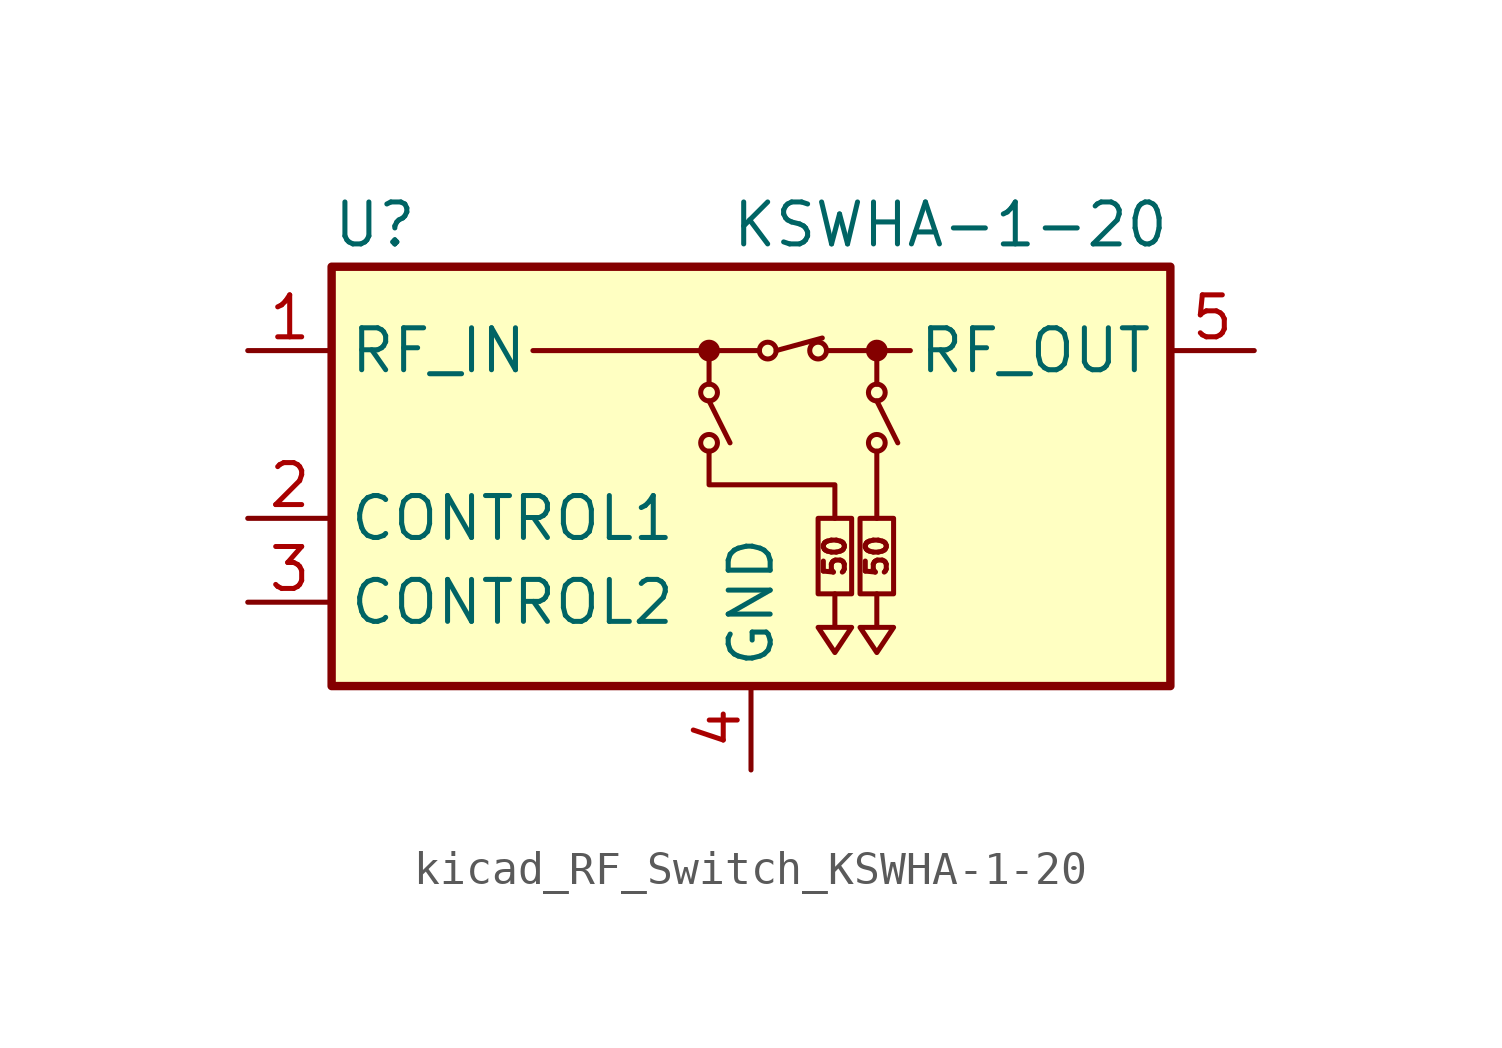
<source format=kicad_sym>
(kicad_symbol_lib
  (version 20220914)
  (generator kicad_symbol_editor)
  (symbol "kicad_RF_Switch_KSWHA-1-20"
    (property "Reference" "U"
      (at -12.7 6.35 0)
      (effects (font (size 1.27 1.27)) (justify left)))
    (property "Value" "KSWHA-1-20"
      (at 12.7 6.35 0)
      (effects (font (size 1.27 1.27)) (justify right)))
    (symbol "kicad_RF_Switch_KSWHA-1-20_0_1"
      (rectangle (start -12.7 5.08) (end 12.7 -7.62) (stroke (width 0.254) (type default)) (fill (type background)))
      (polyline (pts (xy -1.27 -0.508) (xy -1.27 -1.524) (xy 2.54 -1.524) (xy 2.54 -2.54)) (stroke (width 0) (type default)) (fill (type none))))
    (symbol "kicad_RF_Switch_KSWHA-1-20_1_0"
      (text "50" (at 2.54 -3.683 900) (effects (font (size 0.635 0.635))))
      (text "50" (at 3.81 -3.683 900) (effects (font (size 0.635 0.635)))))
    (symbol "kicad_RF_Switch_KSWHA-1-20_1_1"
      (circle (center -1.27 -0.254) (radius 0.254) (stroke (width 0) (type default)) (fill (type none)))
      (circle (center -1.27 1.27) (radius 0.254) (stroke (width 0) (type default)) (fill (type none)))
      (circle (center -1.27 2.54) (radius 0.254) (stroke (width 0) (type default)) (fill (type outline)))
      (polyline (pts (xy -6.604 2.54) (xy 0.254 2.54)) (stroke (width 0) (type default)) (fill (type none)))
      (polyline (pts (xy -1.27 1.016) (xy -0.635 -0.254)) (stroke (width 0) (type default)) (fill (type none)))
      (polyline (pts (xy -1.27 2.54) (xy -1.27 1.524)) (stroke (width 0) (type default)) (fill (type none)))
      (polyline (pts (xy 0.762 2.54) (xy 2.159 2.921)) (stroke (width 0) (type default)) (fill (type none)))
      (polyline (pts (xy 2.286 2.54) (xy 4.826 2.54)) (stroke (width 0) (type default)) (fill (type none)))
      (polyline (pts (xy 3.81 -0.508) (xy 3.81 -2.54)) (stroke (width 0) (type default)) (fill (type none)))
      (polyline (pts (xy 3.81 1.016) (xy 4.445 -0.254)) (stroke (width 0) (type default)) (fill (type none)))
      (polyline (pts (xy 3.81 2.54) (xy 3.81 1.524)) (stroke (width 0) (type default)) (fill (type none)))
      (polyline (pts (xy 2.54 -4.826) (xy 2.54 -5.842) (xy 2.032 -5.842) (xy 2.54 -6.604) (xy 3.048 -5.842) (xy 2.54 -5.842)) (stroke (width 0) (type default)) (fill (type none)))
      (polyline (pts (xy 3.81 -4.826) (xy 3.81 -5.842) (xy 3.302 -5.842) (xy 3.81 -6.604) (xy 4.318 -5.842) (xy 3.81 -5.842)) (stroke (width 0) (type default)) (fill (type none)))
      (circle (center 0.508 2.54) (radius 0.254) (stroke (width 0) (type default)) (fill (type none)))
      (rectangle (start 2.032 -2.54) (end 3.048 -4.826) (stroke (width 0) (type default)) (fill (type none)))
      (circle (center 2.032 2.54) (radius 0.254) (stroke (width 0) (type default)) (fill (type none)))
      (rectangle (start 3.302 -2.54) (end 4.318 -4.826) (stroke (width 0) (type default)) (fill (type none)))
      (circle (center 3.81 -0.254) (radius 0.254) (stroke (width 0) (type default)) (fill (type none)))
      (circle (center 3.81 1.27) (radius 0.254) (stroke (width 0) (type default)) (fill (type none)))
      (circle (center 3.81 2.54) (radius 0.254) (stroke (width 0) (type default)) (fill (type outline)))
      (pin passive line (at -15.24 2.54 0) (length 2.54) (name "RF_IN" (effects (font (size 1.27 1.27)))) (number "1" (effects (font (size 1.27 1.27)))))
      (pin input line (at -15.24 -2.54 0) (length 2.54) (name "CONTROL1" (effects (font (size 1.27 1.27)))) (number "2" (effects (font (size 1.27 1.27)))))
      (pin input line (at -15.24 -5.08 0) (length 2.54) (name "CONTROL2" (effects (font (size 1.27 1.27)))) (number "3" (effects (font (size 1.27 1.27)))))
      (pin power_in line (at 0 -10.16 90) (length 2.54) (name "GND" (effects (font (size 1.27 1.27)))) (number "4" (effects (font (size 1.27 1.27)))))
      (pin passive line (at 15.24 2.54 180) (length 2.54) (name "RF_OUT" (effects (font (size 1.27 1.27)))) (number "5" (effects (font (size 1.27 1.27)))))
      (pin passive line (at 0 -10.16 90) (length 2.54) hide (name "GND" (effects (font (size 1.27 1.27)))) (number "6" (effects (font (size 1.27 1.27)))))
      (pin passive line (at 0 -10.16 90) (length 2.54) hide (name "GND" (effects (font (size 1.27 1.27)))) (number "7" (effects (font (size 1.27 1.27)))))
      (pin passive line (at 0 -10.16 90) (length 2.54) hide (name "GND" (effects (font (size 1.27 1.27)))) (number "8" (effects (font (size 1.27 1.27))))))))
</source>
